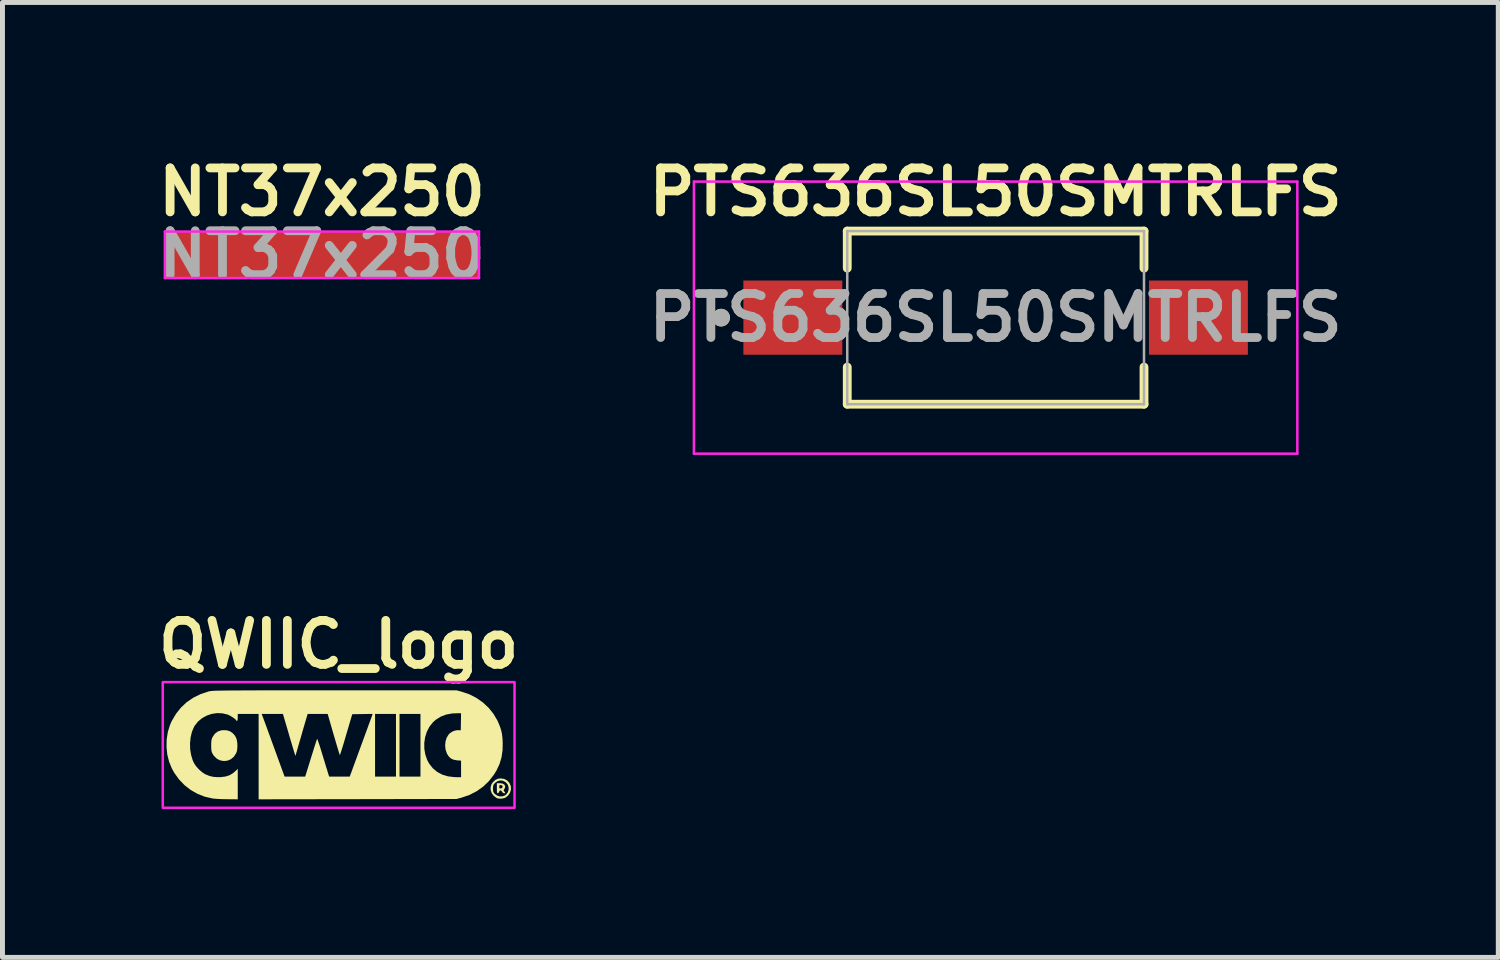
<source format=kicad_pcb>
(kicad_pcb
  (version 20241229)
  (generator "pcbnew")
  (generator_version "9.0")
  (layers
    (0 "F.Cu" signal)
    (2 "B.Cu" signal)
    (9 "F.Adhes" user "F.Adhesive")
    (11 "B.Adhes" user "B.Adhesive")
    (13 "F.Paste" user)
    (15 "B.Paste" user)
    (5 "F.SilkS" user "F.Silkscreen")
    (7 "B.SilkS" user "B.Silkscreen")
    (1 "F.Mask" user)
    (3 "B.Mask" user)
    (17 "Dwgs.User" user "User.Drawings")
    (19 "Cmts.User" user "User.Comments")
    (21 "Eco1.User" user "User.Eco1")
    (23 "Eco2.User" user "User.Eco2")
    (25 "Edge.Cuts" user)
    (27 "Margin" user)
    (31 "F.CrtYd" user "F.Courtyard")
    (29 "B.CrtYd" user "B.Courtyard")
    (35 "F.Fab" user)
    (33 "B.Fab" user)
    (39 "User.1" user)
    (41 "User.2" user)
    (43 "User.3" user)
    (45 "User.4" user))
  (footprint "PTS636SL50SMTRLFS"
    (layer "F.Cu")
    (at 17.08 3.372)
    (property "Reference" "PTS636SL50SMTRLFS" (at 0 -2.54 0) (layer "F.SilkS") (effects (font (size 0.889 0.889) (thickness 0.178))))
    (attr smd)
    (fp_line (start -3 -1.75) (end -3 -1) (stroke (width 0.178) (type solid)) (layer "F.SilkS"))
    (fp_line (start -3 1) (end -3 1.75) (stroke (width 0.178) (type solid)) (layer "F.SilkS"))
    (fp_line (start -3 1.75) (end 3 1.75) (stroke (width 0.178) (type solid)) (layer "F.SilkS"))
    (fp_line (start 3 -1.75) (end -3 -1.75) (stroke (width 0.178) (type solid)) (layer "F.SilkS"))
    (fp_line (start 3 -1) (end 3 -1.75) (stroke (width 0.178) (type solid)) (layer "F.SilkS"))
    (fp_line (start 3 1.75) (end 3 1) (stroke (width 0.178) (type solid)) (layer "F.SilkS"))
    (fp_circle (center -5.55 0) (end -5.461 0) (stroke (width 0.178) (type default)) (fill no) (layer "F.SilkS"))
    (fp_line (start -6.1 -2.75) (end 6.1 -2.75) (stroke (width 0.051) (type solid)) (layer "F.CrtYd"))
    (fp_line (start -6.1 2.75) (end -6.1 -2.75) (stroke (width 0.051) (type solid)) (layer "F.CrtYd"))
    (fp_line (start 6.1 -2.75) (end 6.1 2.75) (stroke (width 0.051) (type solid)) (layer "F.CrtYd"))
    (fp_line (start 6.1 2.75) (end -6.1 2.75) (stroke (width 0.051) (type solid)) (layer "F.CrtYd"))
    (fp_line (start -3 -1.75) (end 3 -1.75) (stroke (width 0.051) (type solid)) (layer "F.Fab"))
    (fp_line (start -3 1.75) (end -3 -1.75) (stroke (width 0.051) (type solid)) (layer "F.Fab"))
    (fp_line (start 3 -1.75) (end 3 1.75) (stroke (width 0.051) (type solid)) (layer "F.Fab"))
    (fp_line (start 3 1.75) (end -3 1.75) (stroke (width 0.051) (type solid)) (layer "F.Fab"))
    (fp_circle (center -5.55 0) (end -5.461 0) (stroke (width 0.178) (type default)) (fill no) (layer "F.Fab"))
    (fp_text user "${REFERENCE}" (at 0 0 0) (layer "F.Fab") (effects (font (size 0.889 0.889) (thickness 0.178))))
    (pad "1" smd rect (at -4.1 0 90) (size 1.5 2) (layers "F.Cu" "F.Mask" "F.Paste"))
    (pad "2" smd rect (at 4.1 0 90) (size 1.5 2) (layers "F.Cu" "F.Mask" "F.Paste")))
  (footprint "NT37x250"
    (layer "F.Cu")
    (at 3.459 2.102)
    (property "Reference" "NT37x250" (at 0 -1.27 0) (layer "F.SilkS") (effects (font (size 0.889 0.889) (thickness 0.178))))
    (attr smd)
    (fp_rect (start -3.175 -0.47) (end 3.175 0.47) (stroke (width 0) (type default)) (fill yes) (layer "F.Cu"))
    (fp_rect (start -3.175 -0.47) (end 3.175 0.47) (stroke (width 0) (type default)) (fill yes) (layer "F.Mask"))
    (fp_line (start -3.175 -0.47) (end -3.175 0.47) (stroke (width 0.051) (type default)) (layer "F.CrtYd"))
    (fp_line (start -3.175 -0.47) (end 3.175 -0.47) (stroke (width 0.051) (type default)) (layer "F.CrtYd"))
    (fp_line (start 3.175 -0.47) (end 3.175 0.47) (stroke (width 0.051) (type default)) (layer "F.CrtYd"))
    (fp_line (start 3.175 0.47) (end -3.175 0.47) (stroke (width 0.051) (type default)) (layer "F.CrtYd"))
    (fp_text user "${REFERENCE}" (at 0 0 0) (layer "F.Fab") (effects (font (size 0.889 0.889) (thickness 0.178))))
    (pad "1" smd rect (at -2.921 0) (size 0.508 0.94) (layers "F.Cu" "F.Mask"))
    (pad "2" smd rect (at 2.921 0) (size 0.508 0.94) (layers "F.Cu" "F.Mask")))
  (footprint "QWIIC_logo"
    (layer "F.Cu")
    (at 3.797 12.012)
    (property "Reference" "QWIIC_logo" (at 0 -2.032 0) (layer "F.SilkS") (effects (font (size 0.889 0.889) (thickness 0.178))))
    (attr board_only exclude_from_pos_files exclude_from_bom)
    (fp_poly (pts (xy -2.266 -0.297) (xy -2.2 -0.278) (xy -2.142 -0.238) (xy -2.136 -0.233) (xy -2.092 -0.181) (xy -2.063 -0.118) (xy -2.049 -0.04) (xy -2.047 0.018) (xy -2.05 0.078) (xy -2.057 0.124) (xy -2.072 0.164) (xy -2.076 0.172) (xy -2.12 0.239) (xy -2.179 0.288) (xy -2.247 0.317) (xy -2.323 0.325) (xy -2.401 0.31) (xy -2.407 0.308) (xy -2.468 0.274) (xy -2.522 0.22) (xy -2.551 0.175) (xy -2.564 0.146) (xy -2.572 0.114) (xy -2.576 0.072) (xy -2.577 0.013) (xy -2.577 0.012) (xy -2.576 -0.046) (xy -2.573 -0.087) (xy -2.566 -0.12) (xy -2.553 -0.151) (xy -2.547 -0.163) (xy -2.502 -0.228) (xy -2.444 -0.272) (xy -2.373 -0.296) (xy -2.343 -0.299)) (stroke (width 0) (type solid)) (fill yes) (layer "F.SilkS"))
    (fp_poly (pts (xy 3.312 0.78) (xy 3.348 0.799) (xy 3.366 0.829) (xy 3.363 0.865) (xy 3.349 0.891) (xy 3.336 0.913) (xy 3.339 0.929) (xy 3.349 0.94) (xy 3.366 0.963) (xy 3.363 0.975) (xy 3.344 0.978) (xy 3.32 0.967) (xy 3.306 0.948) (xy 3.287 0.924) (xy 3.266 0.918) (xy 3.25 0.93) (xy 3.245 0.945) (xy 3.234 0.968) (xy 3.22 0.976) (xy 3.21 0.975) (xy 3.204 0.966) (xy 3.2 0.943) (xy 3.199 0.903) (xy 3.199 0.876) (xy 3.199 0.845) (xy 3.247 0.845) (xy 3.25 0.871) (xy 3.261 0.88) (xy 3.281 0.879) (xy 3.305 0.871) (xy 3.314 0.852) (xy 3.314 0.845) (xy 3.309 0.822) (xy 3.288 0.812) (xy 3.281 0.811) (xy 3.258 0.811) (xy 3.249 0.823) (xy 3.247 0.845) (xy 3.199 0.845) (xy 3.199 0.773) (xy 3.26 0.773)) (stroke (width 0) (type solid)) (fill yes) (layer "F.SilkS"))
    (fp_poly (pts (xy 3.348 0.687) (xy 3.407 0.718) (xy 3.452 0.767) (xy 3.48 0.831) (xy 3.483 0.847) (xy 3.483 0.907) (xy 3.463 0.967) (xy 3.428 1.02) (xy 3.38 1.06) (xy 3.36 1.07) (xy 3.316 1.082) (xy 3.265 1.086) (xy 3.218 1.081) (xy 3.193 1.072) (xy 3.136 1.029) (xy 3.095 0.976) (xy 3.074 0.916) (xy 3.073 0.882) (xy 3.121 0.882) (xy 3.122 0.924) (xy 3.129 0.952) (xy 3.144 0.975) (xy 3.158 0.991) (xy 3.206 1.024) (xy 3.261 1.04) (xy 3.317 1.038) (xy 3.367 1.018) (xy 3.382 1.006) (xy 3.42 0.958) (xy 3.437 0.903) (xy 3.435 0.848) (xy 3.415 0.796) (xy 3.377 0.753) (xy 3.323 0.724) (xy 3.322 0.723) (xy 3.267 0.717) (xy 3.211 0.733) (xy 3.16 0.769) (xy 3.156 0.773) (xy 3.136 0.798) (xy 3.125 0.823) (xy 3.121 0.857) (xy 3.121 0.882) (xy 3.073 0.882) (xy 3.072 0.854) (xy 3.09 0.794) (xy 3.118 0.753) (xy 3.167 0.708) (xy 3.219 0.683) (xy 3.277 0.676)) (stroke (width 0) (type solid)) (fill yes) (layer "F.SilkS"))
    (fp_poly (pts (xy 2.487 -1.077) (xy 2.641 -1.025) (xy 2.784 -0.952) (xy 2.914 -0.861) (xy 3.03 -0.754) (xy 3.129 -0.631) (xy 3.209 -0.496) (xy 3.231 -0.447) (xy 3.264 -0.365) (xy 3.287 -0.291) (xy 3.303 -0.217) (xy 3.312 -0.135) (xy 3.317 -0.053) (xy 3.314 0.105) (xy 3.293 0.249) (xy 3.253 0.385) (xy 3.192 0.515) (xy 3.138 0.603) (xy 3.038 0.731) (xy 2.921 0.843) (xy 2.789 0.936) (xy 2.643 1.011) (xy 2.485 1.065) (xy 2.485 1.065) (xy 2.384 1.092) (xy 0.383 1.096) (xy -1.618 1.099) (xy -1.618 0.236) (xy -1.618 -0.628) (xy -1.557 -0.628) (xy -1.535 -0.57) (xy -1.526 -0.548) (xy -1.511 -0.505) (xy -1.488 -0.445) (xy -1.46 -0.369) (xy -1.428 -0.279) (xy -1.391 -0.18) (xy -1.352 -0.072) (xy -1.311 0.041) (xy -1.303 0.063) (xy -1.093 0.64) (xy -0.885 0.64) (xy -0.677 0.64) (xy -0.623 0.468) (xy -0.6 0.394) (xy -0.573 0.305) (xy -0.544 0.213) (xy -0.516 0.124) (xy -0.506 0.091) (xy -0.485 0.024) (xy -0.466 -0.035) (xy -0.451 -0.081) (xy -0.44 -0.112) (xy -0.435 -0.123) (xy -0.43 -0.115) (xy -0.419 -0.086) (xy -0.403 -0.04) (xy -0.383 0.019) (xy -0.361 0.09) (xy -0.345 0.142) (xy -0.319 0.228) (xy -0.293 0.312) (xy -0.269 0.392) (xy -0.248 0.46) (xy -0.231 0.513) (xy -0.227 0.528) (xy -0.192 0.64) (xy 0.016 0.64) (xy 0.224 0.64) (xy 0.422 0.1) (xy 0.456 0.006) (xy 0.736 0.006) (xy 0.736 0.64) (xy 0.948 0.64) (xy 1.159 0.64) (xy 1.159 0.006) (xy 1.231 0.006) (xy 1.231 0.64) (xy 1.443 0.64) (xy 1.654 0.64) (xy 1.654 0.006) (xy 1.654 -0.041) (xy 1.731 -0.041) (xy 1.732 0.077) (xy 1.752 0.193) (xy 1.79 0.304) (xy 1.833 0.382) (xy 1.906 0.473) (xy 1.994 0.546) (xy 2.096 0.6) (xy 2.213 0.635) (xy 2.342 0.65) (xy 2.369 0.651) (xy 2.475 0.652) (xy 2.475 0.485) (xy 2.475 0.317) (xy 2.396 0.311) (xy 2.322 0.298) (xy 2.265 0.27) (xy 2.22 0.225) (xy 2.189 0.173) (xy 2.162 0.095) (xy 2.153 0.013) (xy 2.16 -0.069) (xy 2.183 -0.145) (xy 2.222 -0.209) (xy 2.245 -0.234) (xy 2.305 -0.274) (xy 2.371 -0.296) (xy 2.43 -0.299) (xy 2.469 -0.296) (xy 2.472 -0.468) (xy 2.475 -0.64) (xy 2.436 -0.642) (xy 2.299 -0.638) (xy 2.174 -0.615) (xy 2.061 -0.571) (xy 1.961 -0.508) (xy 1.906 -0.458) (xy 1.836 -0.37) (xy 1.783 -0.268) (xy 1.748 -0.158) (xy 1.731 -0.041) (xy 1.654 -0.041) (xy 1.654 -0.628) (xy 1.443 -0.628) (xy 1.231 -0.628) (xy 1.231 0.006) (xy 1.159 0.006) (xy 1.159 -0.628) (xy 0.948 -0.628) (xy 0.736 -0.628) (xy 0.736 0.006) (xy 0.456 0.006) (xy 0.463 -0.013) (xy 0.503 -0.121) (xy 0.54 -0.223) (xy 0.574 -0.315) (xy 0.603 -0.396) (xy 0.627 -0.461) (xy 0.645 -0.509) (xy 0.654 -0.534) (xy 0.688 -0.628) (xy 0.481 -0.625) (xy 0.275 -0.622) (xy 0.153 -0.208) (xy 0.125 -0.113) (xy 0.099 -0.025) (xy 0.075 0.052) (xy 0.055 0.116) (xy 0.039 0.165) (xy 0.029 0.195) (xy 0.025 0.205) (xy 0.02 0.194) (xy 0.009 0.162) (xy -0.006 0.112) (xy -0.026 0.047) (xy -0.049 -0.031) (xy -0.075 -0.12) (xy -0.102 -0.211) (xy -0.222 -0.628) (xy -0.424 -0.628) (xy -0.626 -0.628) (xy -0.638 -0.589) (xy -0.645 -0.566) (xy -0.658 -0.522) (xy -0.677 -0.458) (xy -0.701 -0.376) (xy -0.73 -0.277) (xy -0.762 -0.164) (xy -0.799 -0.038) (xy -0.838 0.099) (xy -0.855 0.156) (xy -0.874 0.221) (xy -0.888 0.18) (xy -0.894 0.159) (xy -0.907 0.117) (xy -0.925 0.059) (xy -0.946 -0.014) (xy -0.971 -0.097) (xy -0.998 -0.187) (xy -1.014 -0.244) (xy -1.127 -0.628) (xy -1.342 -0.628) (xy -1.557 -0.628) (xy -1.618 -0.628) (xy -1.829 -0.628) (xy -2.04 -0.628) (xy -2.04 -0.555) (xy -2.043 -0.513) (xy -2.05 -0.488) (xy -2.059 -0.482) (xy -2.07 -0.497) (xy -2.072 -0.501) (xy -2.087 -0.518) (xy -2.117 -0.542) (xy -2.156 -0.568) (xy -2.198 -0.593) (xy -2.236 -0.611) (xy -2.245 -0.615) (xy -2.352 -0.64) (xy -2.46 -0.644) (xy -2.567 -0.628) (xy -2.669 -0.593) (xy -2.763 -0.541) (xy -2.844 -0.473) (xy -2.91 -0.39) (xy -2.925 -0.364) (xy -2.967 -0.265) (xy -2.993 -0.154) (xy -3.005 -0.034) (xy -3.002 0.087) (xy -2.983 0.204) (xy -2.95 0.312) (xy -2.925 0.366) (xy -2.882 0.431) (xy -2.825 0.494) (xy -2.762 0.55) (xy -2.699 0.591) (xy -2.69 0.595) (xy -2.611 0.627) (xy -2.531 0.645) (xy -2.441 0.651) (xy -2.385 0.65) (xy -2.288 0.638) (xy -2.205 0.612) (xy -2.133 0.568) (xy -2.09 0.531) (xy -2.04 0.483) (xy -2.04 0.791) (xy -2.04 1.099) (xy -2.248 1.097) (xy -2.326 1.096) (xy -2.403 1.093) (xy -2.473 1.089) (xy -2.53 1.084) (xy -2.554 1.081) (xy -2.709 1.045) (xy -2.856 0.987) (xy -2.993 0.909) (xy -3.118 0.811) (xy -3.228 0.696) (xy -3.323 0.564) (xy -3.374 0.472) (xy -3.429 0.336) (xy -3.465 0.191) (xy -3.48 0.04) (xy -3.477 -0.112) (xy -3.454 -0.261) (xy -3.411 -0.402) (xy -3.375 -0.483) (xy -3.289 -0.629) (xy -3.188 -0.756) (xy -3.071 -0.866) (xy -2.938 -0.956) (xy -2.79 -1.029) (xy -2.626 -1.083) (xy -2.623 -1.084) (xy -2.612 -1.086) (xy -2.599 -1.088) (xy -2.583 -1.09) (xy -2.564 -1.092) (xy -2.539 -1.094) (xy -2.507 -1.096) (xy -2.469 -1.097) (xy -2.423 -1.098) (xy -2.368 -1.099) (xy -2.302 -1.1) (xy -2.225 -1.101) (xy -2.137 -1.102) (xy -2.035 -1.102) (xy -1.919 -1.103) (xy -1.787 -1.103) (xy -1.64 -1.104) (xy -1.476 -1.104) (xy -1.293 -1.104) (xy -1.091 -1.104) (xy -0.869 -1.105) (xy -0.626 -1.105) (xy -0.361 -1.105) (xy -0.078 -1.105) (xy 2.384 -1.105)) (stroke (width 0) (type solid)) (fill yes) (layer "F.SilkS"))
    (fp_rect (start -3.556 -1.27) (end 3.556 1.27) (stroke (width 0.051) (type default)) (fill no) (layer "F.CrtYd")))
  (gr_rect
    (start -3 -3)
    (end 27.243 16.307)
    (stroke (width 0.1) (type default))
    (fill no)
    (layer "Edge.Cuts")))
</source>
